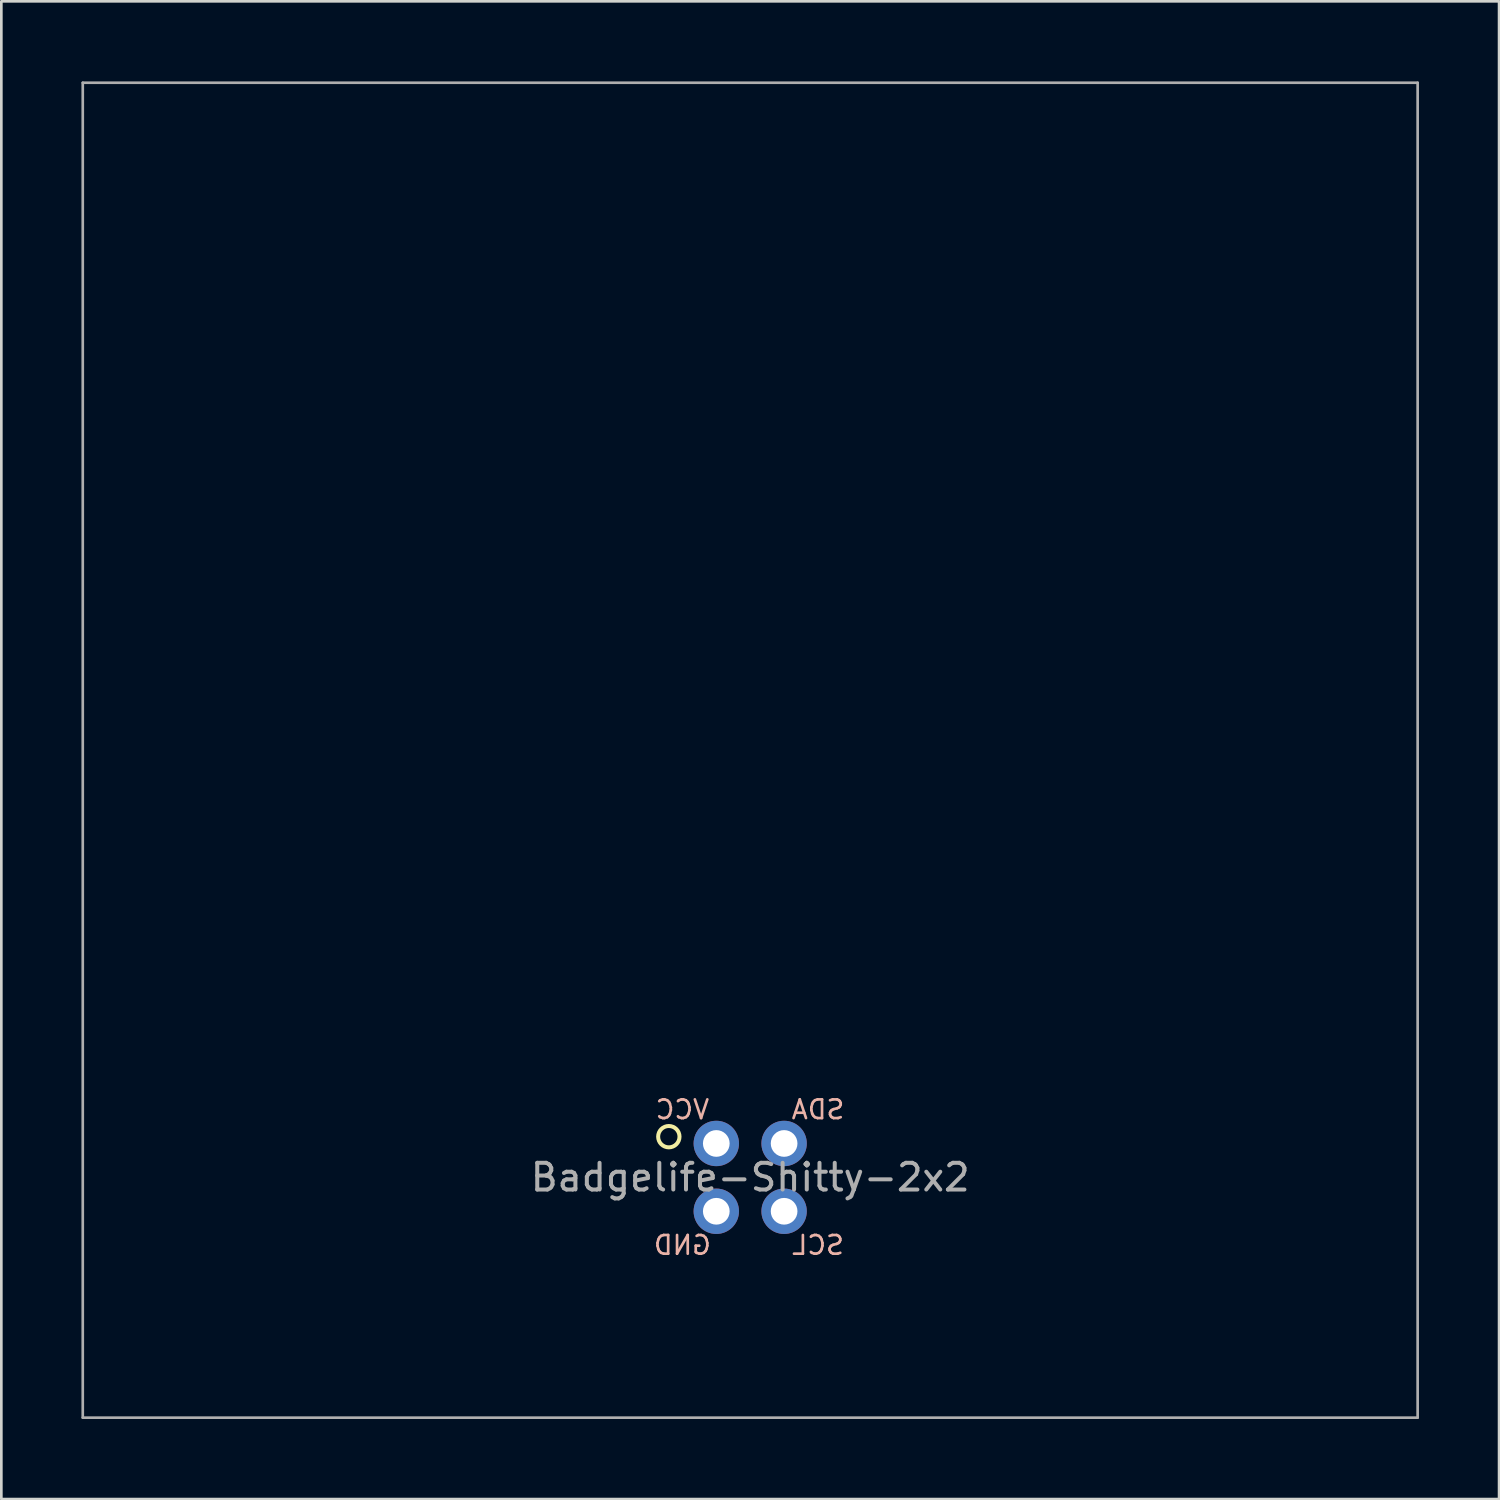
<source format=kicad_pcb>
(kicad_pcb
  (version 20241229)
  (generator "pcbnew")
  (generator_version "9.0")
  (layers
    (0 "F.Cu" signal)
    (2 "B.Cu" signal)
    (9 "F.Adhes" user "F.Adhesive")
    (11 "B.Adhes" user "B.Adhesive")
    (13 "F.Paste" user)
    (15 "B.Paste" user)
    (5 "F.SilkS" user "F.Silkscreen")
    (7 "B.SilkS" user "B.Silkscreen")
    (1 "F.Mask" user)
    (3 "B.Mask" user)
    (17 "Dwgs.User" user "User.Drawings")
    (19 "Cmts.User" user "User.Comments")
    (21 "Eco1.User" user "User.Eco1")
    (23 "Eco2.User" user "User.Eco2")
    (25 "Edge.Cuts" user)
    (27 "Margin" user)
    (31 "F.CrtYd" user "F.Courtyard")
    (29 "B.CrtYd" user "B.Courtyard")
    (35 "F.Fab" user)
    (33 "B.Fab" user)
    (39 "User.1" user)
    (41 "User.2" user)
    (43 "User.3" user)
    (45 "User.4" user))
  (footprint "Badgelife-Shitty-2x2"
    (layer "F.Cu")
    (at 25.05 41.05)
    (property "Reference" "Badgelife-Shitty-2x2" (at 0 0 0) (layer "F.Fab") (effects (font (size 1 1) (thickness 0.15))))
    (attr through_hole)
    (fp_circle (center -3.048 -1.524) (end -2.648 -1.524) (stroke (width 0.15) (type solid)) (fill no) (layer "F.SilkS"))
    (fp_line (start -25 -41) (end -25 9) (stroke (width 0.1) (type solid)) (layer "F.Fab"))
    (fp_line (start -25 -41) (end 25 -41) (stroke (width 0.1) (type solid)) (layer "F.Fab"))
    (fp_line (start -25 9) (end 25 9) (stroke (width 0.1) (type solid)) (layer "F.Fab"))
    (fp_line (start 25 -41) (end 25 9) (stroke (width 0.1) (type solid)) (layer "F.Fab"))
    (fp_text user "SDA" (at 2.54 -2.54 0) (layer "B.SilkS") (effects (font (size 0.7 0.7) (thickness 0.1)) (justify mirror)))
    (fp_text user "SCL" (at 2.54 2.54 0) (layer "B.SilkS") (effects (font (size 0.7 0.7) (thickness 0.1)) (justify mirror)))
    (fp_text user "VCC" (at -2.54 -2.54 0) (layer "B.SilkS") (effects (font (size 0.7 0.7) (thickness 0.1)) (justify mirror)))
    (fp_text user "GND" (at -2.54 2.54 0) (layer "B.SilkS") (effects (font (size 0.7 0.7) (thickness 0.1)) (justify mirror)))
    (pad "1" thru_hole oval (at -1.27 -1.27) (size 1.7 1.7) (drill 1) (layers "*.Cu" "*.Mask"))
    (pad "2" thru_hole oval (at -1.27 1.27) (size 1.7 1.7) (drill 1) (layers "*.Cu" "*.Mask"))
    (pad "3" thru_hole oval (at 1.27 1.27) (size 1.7 1.7) (drill 1) (layers "*.Cu" "*.Mask"))
    (pad "4" thru_hole circle (at 1.27 -1.27) (size 1.7 1.7) (drill 1) (layers "*.Cu" "*.Mask")))
  (gr_rect
    (start -3 -3)
    (end 53.1 53.1)
    (stroke (width 0.1) (type default))
    (fill no)
    (layer "Edge.Cuts")))
</source>
